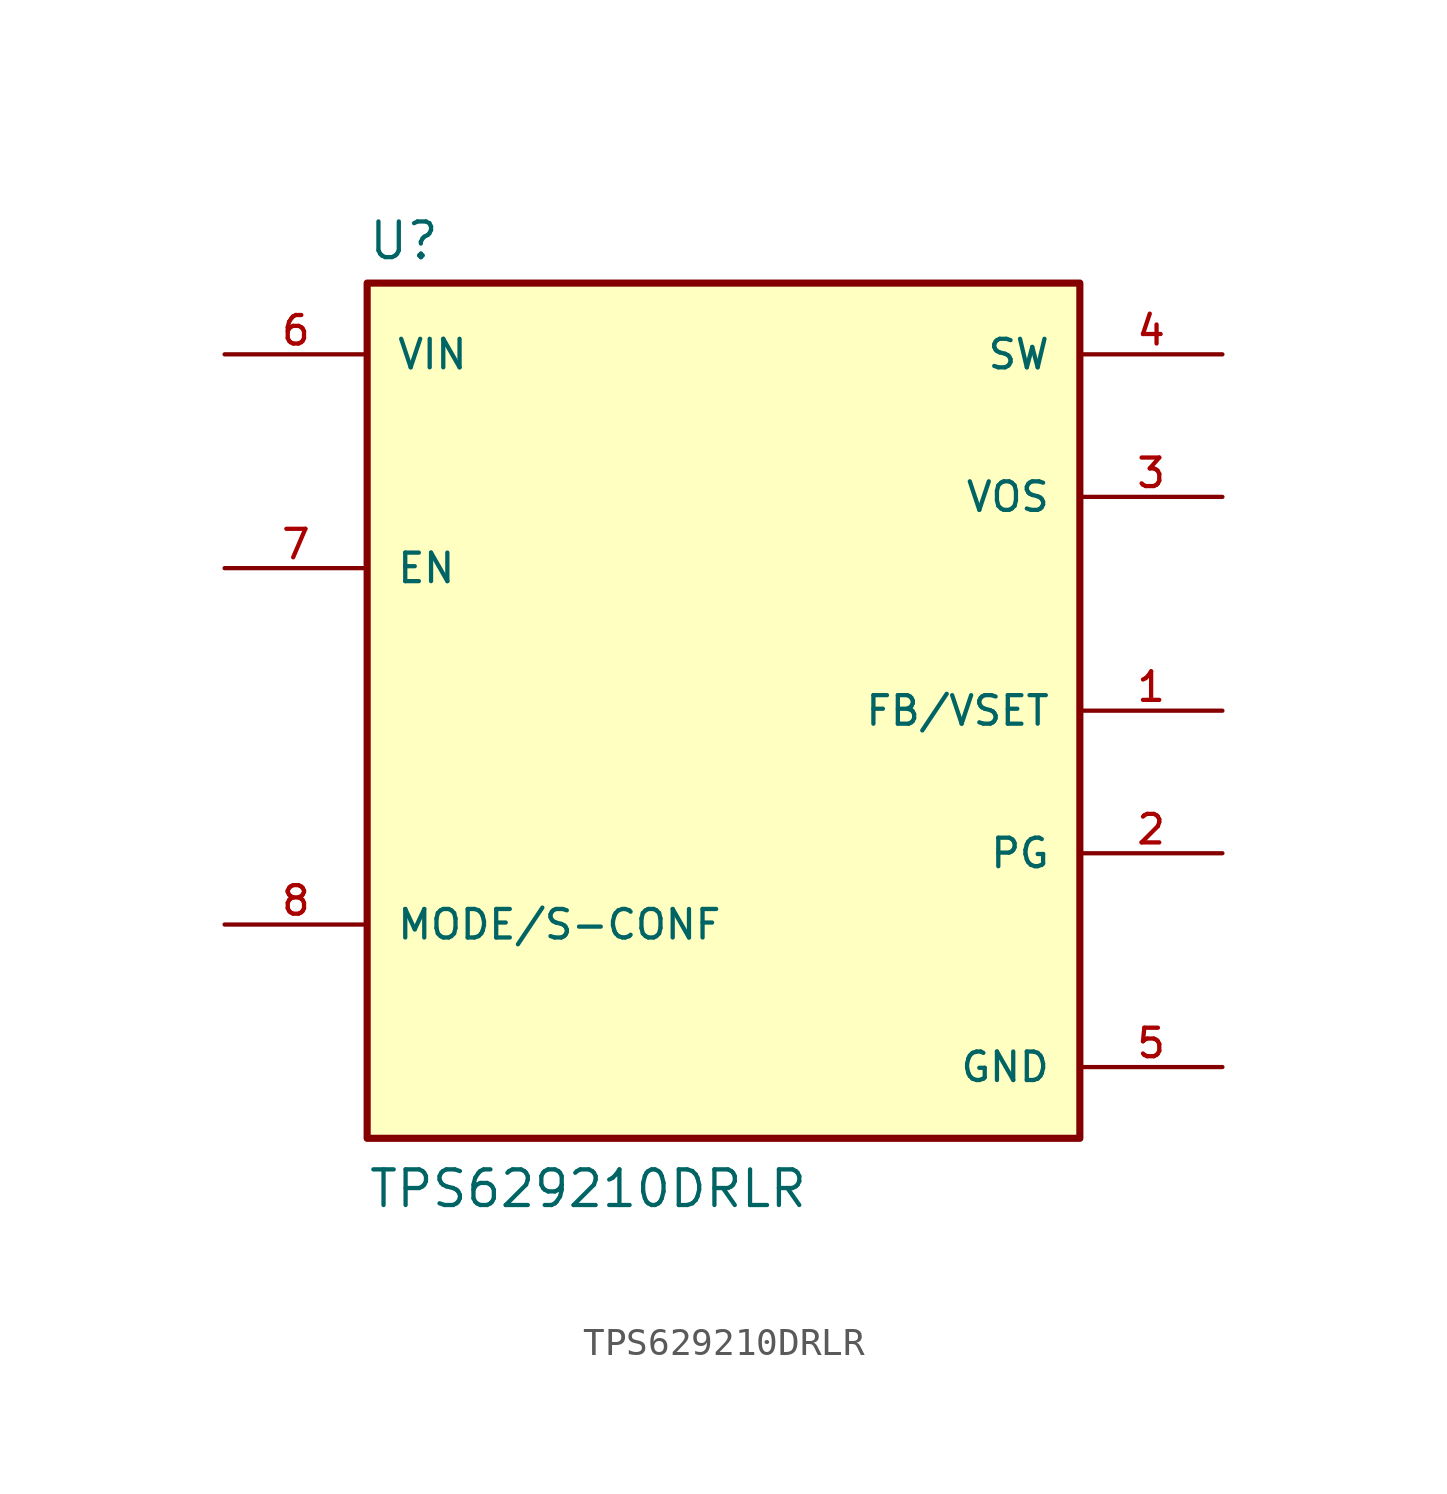
<source format=kicad_sym>
(kicad_symbol_lib
  (version 20211014)
  (generator kicad_symbol_editor)
  (symbol "TPS629210DRLR"
    (pin_names
      (offset 1.016))
    (property "Reference" "U"
      (at -12.7 16.002 0)
      (effects (font (size 1.27 1.27)) (justify bottom left)))
    (property "Value" "TPS629210DRLR"
      (at -12.7 -17.78 0)
      (effects (font (size 1.27 1.27)) (justify bottom left)))
    (symbol "TPS629210DRLR_0_0"
      (rectangle (start -12.7 -15.24) (end 12.7 15.24) (stroke (width 0.254)) (fill (type background)))
      (pin input line (at 17.78 0.0 180.0) (length 5.08) (name "FB/VSET" (effects (font (size 1.016 1.016)))) (number "1" (effects (font (size 1.016 1.016)))))
      (pin output line (at 17.78 -5.08 180.0) (length 5.08) (name "PG" (effects (font (size 1.016 1.016)))) (number "2" (effects (font (size 1.016 1.016)))))
      (pin input line (at 17.78 7.62 180.0) (length 5.08) (name "VOS" (effects (font (size 1.016 1.016)))) (number "3" (effects (font (size 1.016 1.016)))))
      (pin passive line (at 17.78 12.7 180.0) (length 5.08) (name "SW" (effects (font (size 1.016 1.016)))) (number "4" (effects (font (size 1.016 1.016)))))
      (pin power_in line (at 17.78 -12.7 180.0) (length 5.08) (name "GND" (effects (font (size 1.016 1.016)))) (number "5" (effects (font (size 1.016 1.016)))))
      (pin input line (at -17.78 12.7 0) (length 5.08) (name "VIN" (effects (font (size 1.016 1.016)))) (number "6" (effects (font (size 1.016 1.016)))))
      (pin input line (at -17.78 5.08 0) (length 5.08) (name "EN" (effects (font (size 1.016 1.016)))) (number "7" (effects (font (size 1.016 1.016)))))
      (pin input line (at -17.78 -7.62 0) (length 5.08) (name "MODE/S-CONF" (effects (font (size 1.016 1.016)))) (number "8" (effects (font (size 1.016 1.016))))))))
</source>
